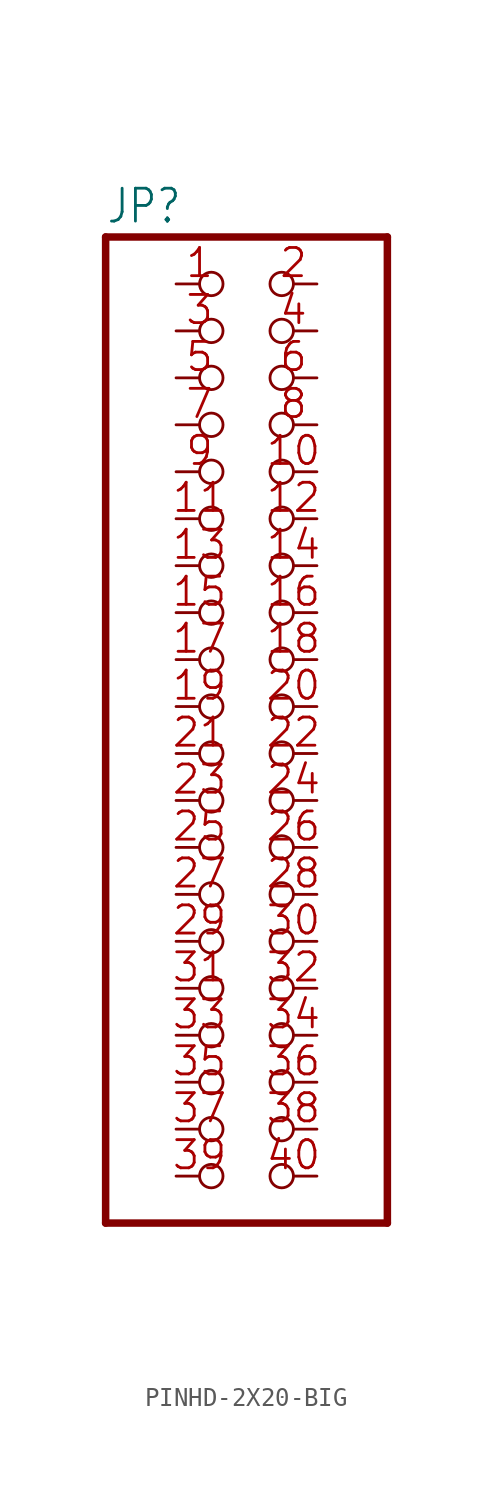
<source format=kicad_sym>
(kicad_symbol_lib
  (version 20241209)
  (generator "kicad_symbol_editor")
  (generator_version "9.0")
  (symbol "PINHD-2X20-BIG"
    (property "Reference" "JP"
      (at -6.35 26.035 0)
      (effects (font (size 1.778 1.511)) (justify left bottom)))
    (property "Value" ""
      (at -6.35 -30.48 0)
      (effects (font (size 1.778 1.511)) (justify left bottom)))
    (property "ki_locked" ""
      (at 0 0 0)
      (effects (font (size 1.27 1.27))))
    (symbol "PINHD-2X20-BIG_1_0"
      (polyline (pts (xy -6.35 25.4) (xy -6.35 -27.94)) (stroke (width 0.406) (type solid)) (fill (type none)))
      (polyline (pts (xy -6.35 -27.94) (xy 8.89 -27.94)) (stroke (width 0.406) (type solid)) (fill (type none)))
      (polyline (pts (xy 8.89 25.4) (xy -6.35 25.4)) (stroke (width 0.406) (type solid)) (fill (type none)))
      (polyline (pts (xy 8.89 -27.94) (xy 8.89 25.4)) (stroke (width 0.406) (type solid)) (fill (type none)))
      (pin passive inverted (at -2.54 22.86 0) (length 2.54) (name "1" (effects (font (size 0 0)))) (number "1" (effects (font (size 1.524 1.524)))))
      (pin passive inverted (at -2.54 20.32 0) (length 2.54) (name "3" (effects (font (size 0 0)))) (number "3" (effects (font (size 1.524 1.524)))))
      (pin passive inverted (at -2.54 17.78 0) (length 2.54) (name "5" (effects (font (size 0 0)))) (number "5" (effects (font (size 1.524 1.524)))))
      (pin passive inverted (at -2.54 15.24 0) (length 2.54) (name "7" (effects (font (size 0 0)))) (number "7" (effects (font (size 1.524 1.524)))))
      (pin passive inverted (at -2.54 12.7 0) (length 2.54) (name "9" (effects (font (size 0 0)))) (number "9" (effects (font (size 1.524 1.524)))))
      (pin passive inverted (at -2.54 10.16 0) (length 2.54) (name "11" (effects (font (size 0 0)))) (number "11" (effects (font (size 1.524 1.524)))))
      (pin passive inverted (at -2.54 7.62 0) (length 2.54) (name "13" (effects (font (size 0 0)))) (number "13" (effects (font (size 1.524 1.524)))))
      (pin passive inverted (at -2.54 5.08 0) (length 2.54) (name "15" (effects (font (size 0 0)))) (number "15" (effects (font (size 1.524 1.524)))))
      (pin passive inverted (at -2.54 2.54 0) (length 2.54) (name "17" (effects (font (size 0 0)))) (number "17" (effects (font (size 1.524 1.524)))))
      (pin passive inverted (at -2.54 0 0) (length 2.54) (name "19" (effects (font (size 0 0)))) (number "19" (effects (font (size 1.524 1.524)))))
      (pin passive inverted (at -2.54 -2.54 0) (length 2.54) (name "21" (effects (font (size 0 0)))) (number "21" (effects (font (size 1.524 1.524)))))
      (pin passive inverted (at -2.54 -5.08 0) (length 2.54) (name "23" (effects (font (size 0 0)))) (number "23" (effects (font (size 1.524 1.524)))))
      (pin passive inverted (at -2.54 -7.62 0) (length 2.54) (name "25" (effects (font (size 0 0)))) (number "25" (effects (font (size 1.524 1.524)))))
      (pin passive inverted (at -2.54 -10.16 0) (length 2.54) (name "27" (effects (font (size 0 0)))) (number "27" (effects (font (size 1.524 1.524)))))
      (pin passive inverted (at -2.54 -12.7 0) (length 2.54) (name "29" (effects (font (size 0 0)))) (number "29" (effects (font (size 1.524 1.524)))))
      (pin passive inverted (at -2.54 -15.24 0) (length 2.54) (name "31" (effects (font (size 0 0)))) (number "31" (effects (font (size 1.524 1.524)))))
      (pin passive inverted (at -2.54 -17.78 0) (length 2.54) (name "33" (effects (font (size 0 0)))) (number "33" (effects (font (size 1.524 1.524)))))
      (pin passive inverted (at -2.54 -20.32 0) (length 2.54) (name "35" (effects (font (size 0 0)))) (number "35" (effects (font (size 1.524 1.524)))))
      (pin passive inverted (at -2.54 -22.86 0) (length 2.54) (name "37" (effects (font (size 0 0)))) (number "37" (effects (font (size 1.524 1.524)))))
      (pin passive inverted (at -2.54 -25.4 0) (length 2.54) (name "39" (effects (font (size 0 0)))) (number "39" (effects (font (size 1.524 1.524)))))
      (pin passive inverted (at 5.08 22.86 180) (length 2.54) (name "2" (effects (font (size 0 0)))) (number "2" (effects (font (size 1.524 1.524)))))
      (pin passive inverted (at 5.08 20.32 180) (length 2.54) (name "4" (effects (font (size 0 0)))) (number "4" (effects (font (size 1.524 1.524)))))
      (pin passive inverted (at 5.08 17.78 180) (length 2.54) (name "6" (effects (font (size 0 0)))) (number "6" (effects (font (size 1.524 1.524)))))
      (pin passive inverted (at 5.08 15.24 180) (length 2.54) (name "8" (effects (font (size 0 0)))) (number "8" (effects (font (size 1.524 1.524)))))
      (pin passive inverted (at 5.08 12.7 180) (length 2.54) (name "10" (effects (font (size 0 0)))) (number "10" (effects (font (size 1.524 1.524)))))
      (pin passive inverted (at 5.08 10.16 180) (length 2.54) (name "12" (effects (font (size 0 0)))) (number "12" (effects (font (size 1.524 1.524)))))
      (pin passive inverted (at 5.08 7.62 180) (length 2.54) (name "14" (effects (font (size 0 0)))) (number "14" (effects (font (size 1.524 1.524)))))
      (pin passive inverted (at 5.08 5.08 180) (length 2.54) (name "16" (effects (font (size 0 0)))) (number "16" (effects (font (size 1.524 1.524)))))
      (pin passive inverted (at 5.08 2.54 180) (length 2.54) (name "18" (effects (font (size 0 0)))) (number "18" (effects (font (size 1.524 1.524)))))
      (pin passive inverted (at 5.08 0 180) (length 2.54) (name "20" (effects (font (size 0 0)))) (number "20" (effects (font (size 1.524 1.524)))))
      (pin passive inverted (at 5.08 -2.54 180) (length 2.54) (name "22" (effects (font (size 0 0)))) (number "22" (effects (font (size 1.524 1.524)))))
      (pin passive inverted (at 5.08 -5.08 180) (length 2.54) (name "24" (effects (font (size 0 0)))) (number "24" (effects (font (size 1.524 1.524)))))
      (pin passive inverted (at 5.08 -7.62 180) (length 2.54) (name "26" (effects (font (size 0 0)))) (number "26" (effects (font (size 1.524 1.524)))))
      (pin passive inverted (at 5.08 -10.16 180) (length 2.54) (name "28" (effects (font (size 0 0)))) (number "28" (effects (font (size 1.524 1.524)))))
      (pin passive inverted (at 5.08 -12.7 180) (length 2.54) (name "30" (effects (font (size 0 0)))) (number "30" (effects (font (size 1.524 1.524)))))
      (pin passive inverted (at 5.08 -15.24 180) (length 2.54) (name "32" (effects (font (size 0 0)))) (number "32" (effects (font (size 1.524 1.524)))))
      (pin passive inverted (at 5.08 -17.78 180) (length 2.54) (name "34" (effects (font (size 0 0)))) (number "34" (effects (font (size 1.524 1.524)))))
      (pin passive inverted (at 5.08 -20.32 180) (length 2.54) (name "36" (effects (font (size 0 0)))) (number "36" (effects (font (size 1.524 1.524)))))
      (pin passive inverted (at 5.08 -22.86 180) (length 2.54) (name "38" (effects (font (size 0 0)))) (number "38" (effects (font (size 1.524 1.524)))))
      (pin passive inverted (at 5.08 -25.4 180) (length 2.54) (name "40" (effects (font (size 0 0)))) (number "40" (effects (font (size 1.524 1.524))))))))
</source>
